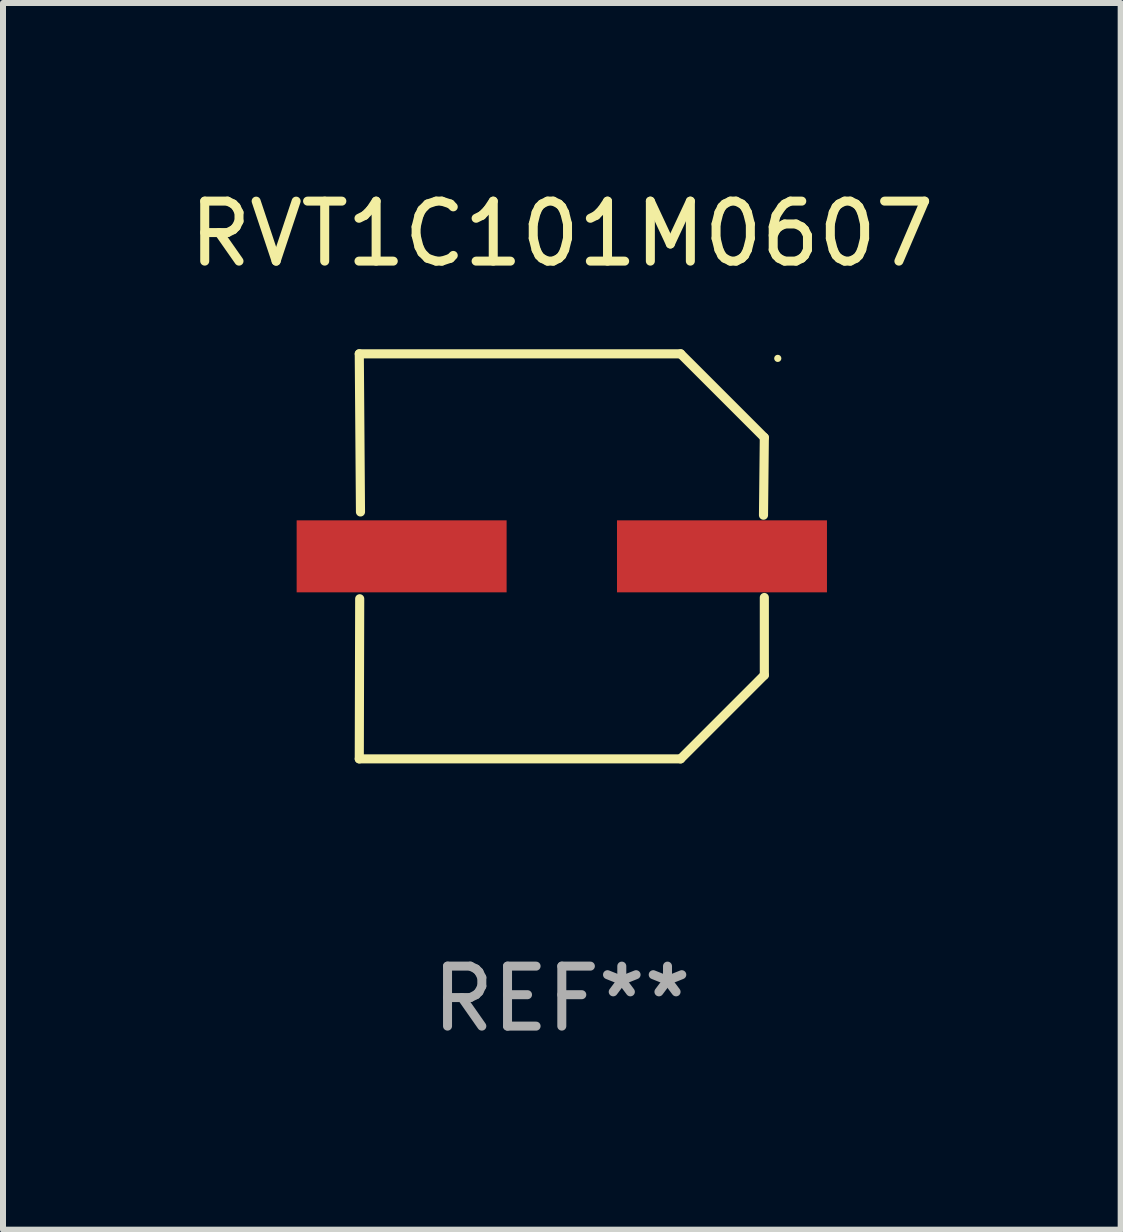
<source format=kicad_pcb>
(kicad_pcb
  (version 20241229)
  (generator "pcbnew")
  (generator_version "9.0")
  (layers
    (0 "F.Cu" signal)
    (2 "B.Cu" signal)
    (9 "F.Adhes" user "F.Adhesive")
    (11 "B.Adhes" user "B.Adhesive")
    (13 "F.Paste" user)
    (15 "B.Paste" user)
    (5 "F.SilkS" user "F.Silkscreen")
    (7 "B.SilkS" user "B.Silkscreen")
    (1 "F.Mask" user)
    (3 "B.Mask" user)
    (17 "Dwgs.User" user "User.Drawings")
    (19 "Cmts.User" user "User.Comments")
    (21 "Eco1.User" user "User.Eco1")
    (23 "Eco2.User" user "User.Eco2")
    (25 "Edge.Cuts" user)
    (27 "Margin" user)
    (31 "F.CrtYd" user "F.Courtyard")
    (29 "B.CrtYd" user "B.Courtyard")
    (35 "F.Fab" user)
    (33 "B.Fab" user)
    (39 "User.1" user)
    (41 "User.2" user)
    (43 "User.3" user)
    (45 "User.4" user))
  (footprint "RVT1C101M0607"
    (layer "F.Cu")
    (at 6.315 6.224)
    (property "Reference" "RVT1C101M0607" (at 0 -5.376 0) (layer "F.SilkS") (effects (font (size 1 1) (thickness 0.15))))
    (attr through_hole)
    (fp_line (start -3.376 3.376) (end 1.98 3.376) (stroke (width 0.152) (type solid)) (layer "F.SilkS"))
    (fp_line (start -3.376 -3.376) (end 1.981 -3.376) (stroke (width 0.152) (type solid)) (layer "F.SilkS"))
    (fp_line (start -3.369 0.707) (end -3.376 3.376) (stroke (width 0.152) (type solid)) (layer "F.SilkS"))
    (fp_line (start -3.356 -0.74) (end -3.376 -3.376) (stroke (width 0.152) (type solid)) (layer "F.SilkS"))
    (fp_line (start 1.98 3.376) (end 3.376 1.98) (stroke (width 0.152) (type solid)) (layer "F.SilkS"))
    (fp_line (start 1.981 -3.376) (end 3.376 -1.981) (stroke (width 0.152) (type solid)) (layer "F.SilkS"))
    (fp_line (start 3.376 -1.981) (end 3.362 -0.686) (stroke (width 0.152) (type solid)) (layer "F.SilkS"))
    (fp_line (start 3.376 1.98) (end 3.376 0.686) (stroke (width 0.152) (type solid)) (layer "F.SilkS"))
    (fp_circle (center 3.6 -3.3) (end 3.63 -3.3) (stroke (width 0.06) (type solid)) (fill no) (layer "F.SilkS"))
    (fp_text user "REF**" (at 0 7.376 0) (layer "F.Fab") (effects (font (size 1 1) (thickness 0.15))))
    (pad "1" smd rect (at 2.67 -0.000127 180) (size 3.5 1.2) (layers "F.Cu" "F.Mask" "F.Paste"))
    (pad "2" smd rect (at -2.67 -0.000127 180) (size 3.5 1.2) (layers "F.Cu" "F.Mask" "F.Paste")))
  (gr_rect
    (start -3 -3)
    (end 15.631 17.448)
    (stroke (width 0.1) (type default))
    (fill no)
    (layer "Edge.Cuts")))
</source>
